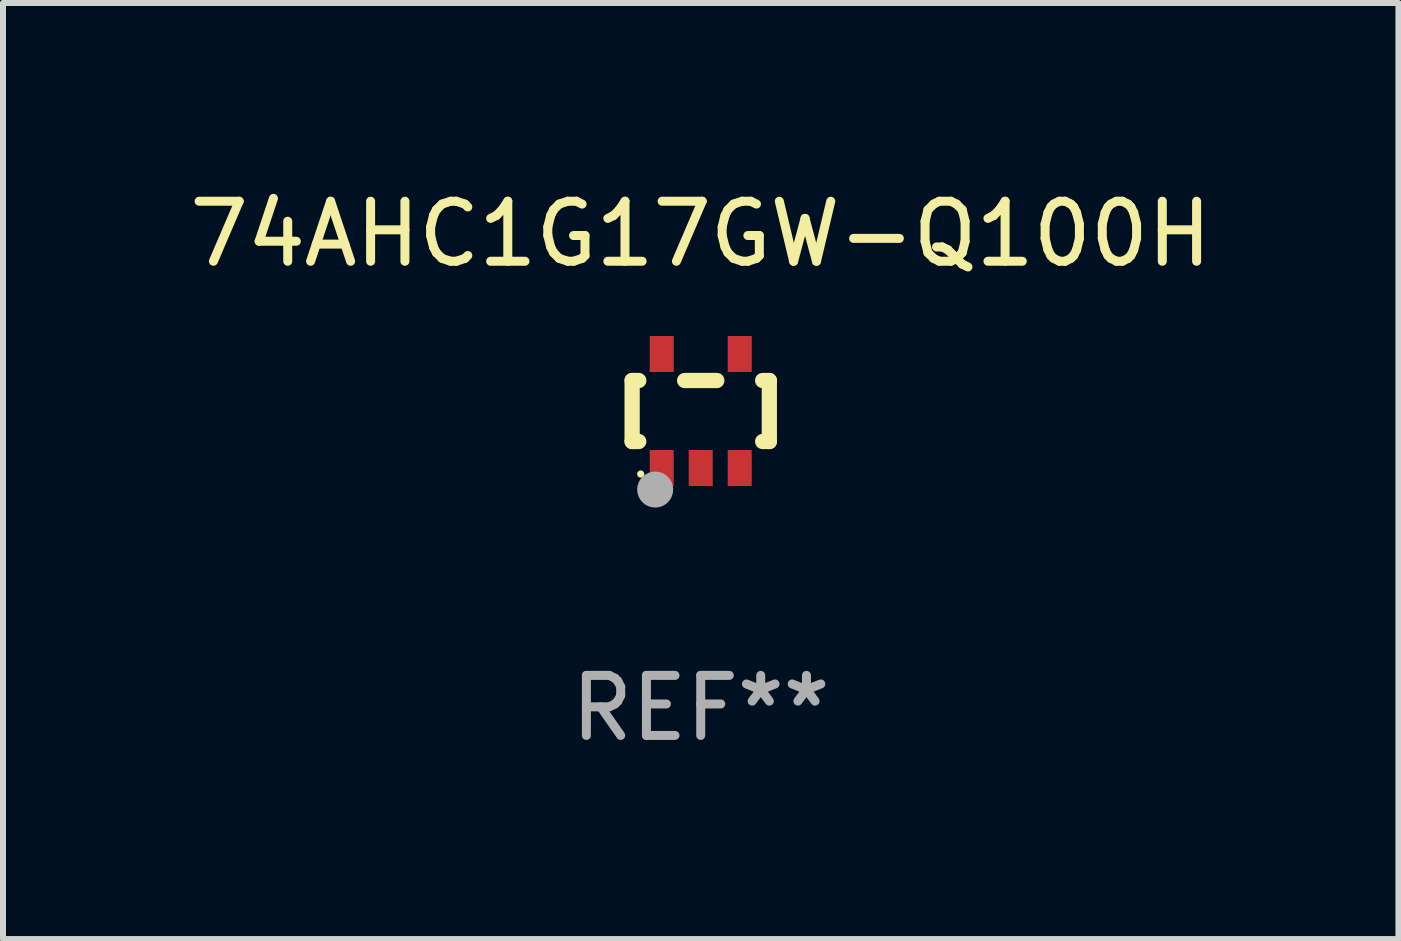
<source format=kicad_pcb>
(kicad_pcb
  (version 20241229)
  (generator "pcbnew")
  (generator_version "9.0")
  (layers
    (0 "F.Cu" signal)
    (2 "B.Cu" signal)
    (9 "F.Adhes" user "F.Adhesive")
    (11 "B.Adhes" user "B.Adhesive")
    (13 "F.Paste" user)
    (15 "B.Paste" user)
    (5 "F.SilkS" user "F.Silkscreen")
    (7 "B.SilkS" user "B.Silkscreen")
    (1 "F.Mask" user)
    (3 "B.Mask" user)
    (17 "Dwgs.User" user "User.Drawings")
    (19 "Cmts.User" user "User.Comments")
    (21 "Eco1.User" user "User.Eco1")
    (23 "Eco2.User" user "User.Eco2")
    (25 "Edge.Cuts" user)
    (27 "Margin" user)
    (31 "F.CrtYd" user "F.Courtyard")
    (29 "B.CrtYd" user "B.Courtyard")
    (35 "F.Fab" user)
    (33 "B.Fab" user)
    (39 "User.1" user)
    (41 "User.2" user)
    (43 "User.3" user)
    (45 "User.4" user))
  (footprint "74AHC1G17GW-Q100H"
    (layer "F.Cu")
    (at 8.625 3.798)
    (property "Reference" "74AHC1G17GW-Q100H" (at 0 -2.95 0) (layer "F.SilkS") (effects (font (size 1 1) (thickness 0.15))))
    (attr through_hole)
    (fp_line (start -1.143 -0.508) (end -1.032 -0.508) (stroke (width 0.254) (type solid)) (layer "F.SilkS"))
    (fp_line (start -1.143 0.508) (end -1.143 -0.508) (stroke (width 0.254) (type solid)) (layer "F.SilkS"))
    (fp_line (start -1.032 0.508) (end -1.143 0.508) (stroke (width 0.254) (type solid)) (layer "F.SilkS"))
    (fp_line (start -0.268 -0.508) (end 0.268 -0.508) (stroke (width 0.254) (type solid)) (layer "F.SilkS"))
    (fp_line (start 1.032 -0.508) (end 1.143 -0.508) (stroke (width 0.254) (type solid)) (layer "F.SilkS"))
    (fp_line (start 1.143 -0.508) (end 1.143 0.508) (stroke (width 0.254) (type solid)) (layer "F.SilkS"))
    (fp_line (start 1.143 0.508) (end 1.032 0.508) (stroke (width 0.254) (type solid)) (layer "F.SilkS"))
    (fp_circle (center -1 1.05) (end -0.97 1.05) (stroke (width 0.06) (type solid)) (fill no) (layer "F.SilkS"))
    (fp_circle (center -0.759 1.309) (end -0.609 1.309) (stroke (width 0.3) (type solid)) (fill no) (layer "F.Fab"))
    (fp_text user "REF**" (at 0 4.95 0) (layer "F.Fab") (effects (font (size 1 1) (thickness 0.15))))
    (pad "1" smd rect (at -0.65 0.95 180) (size 0.4 0.6) (layers "F.Cu" "F.Mask" "F.Paste"))
    (pad "2" smd rect (at 0 0.95 180) (size 0.4 0.6) (layers "F.Cu" "F.Mask" "F.Paste"))
    (pad "3" smd rect (at 0.65 0.95 180) (size 0.4 0.6) (layers "F.Cu" "F.Mask" "F.Paste"))
    (pad "4" smd rect (at 0.65 -0.95 180) (size 0.4 0.6) (layers "F.Cu" "F.Mask" "F.Paste"))
    (pad "5" smd rect (at -0.65 -0.95 180) (size 0.4 0.6) (layers "F.Cu" "F.Mask" "F.Paste")))
  (gr_rect
    (start -3 -3)
    (end 20.25 12.596)
    (stroke (width 0.1) (type default))
    (fill no)
    (layer "Edge.Cuts")))
</source>
